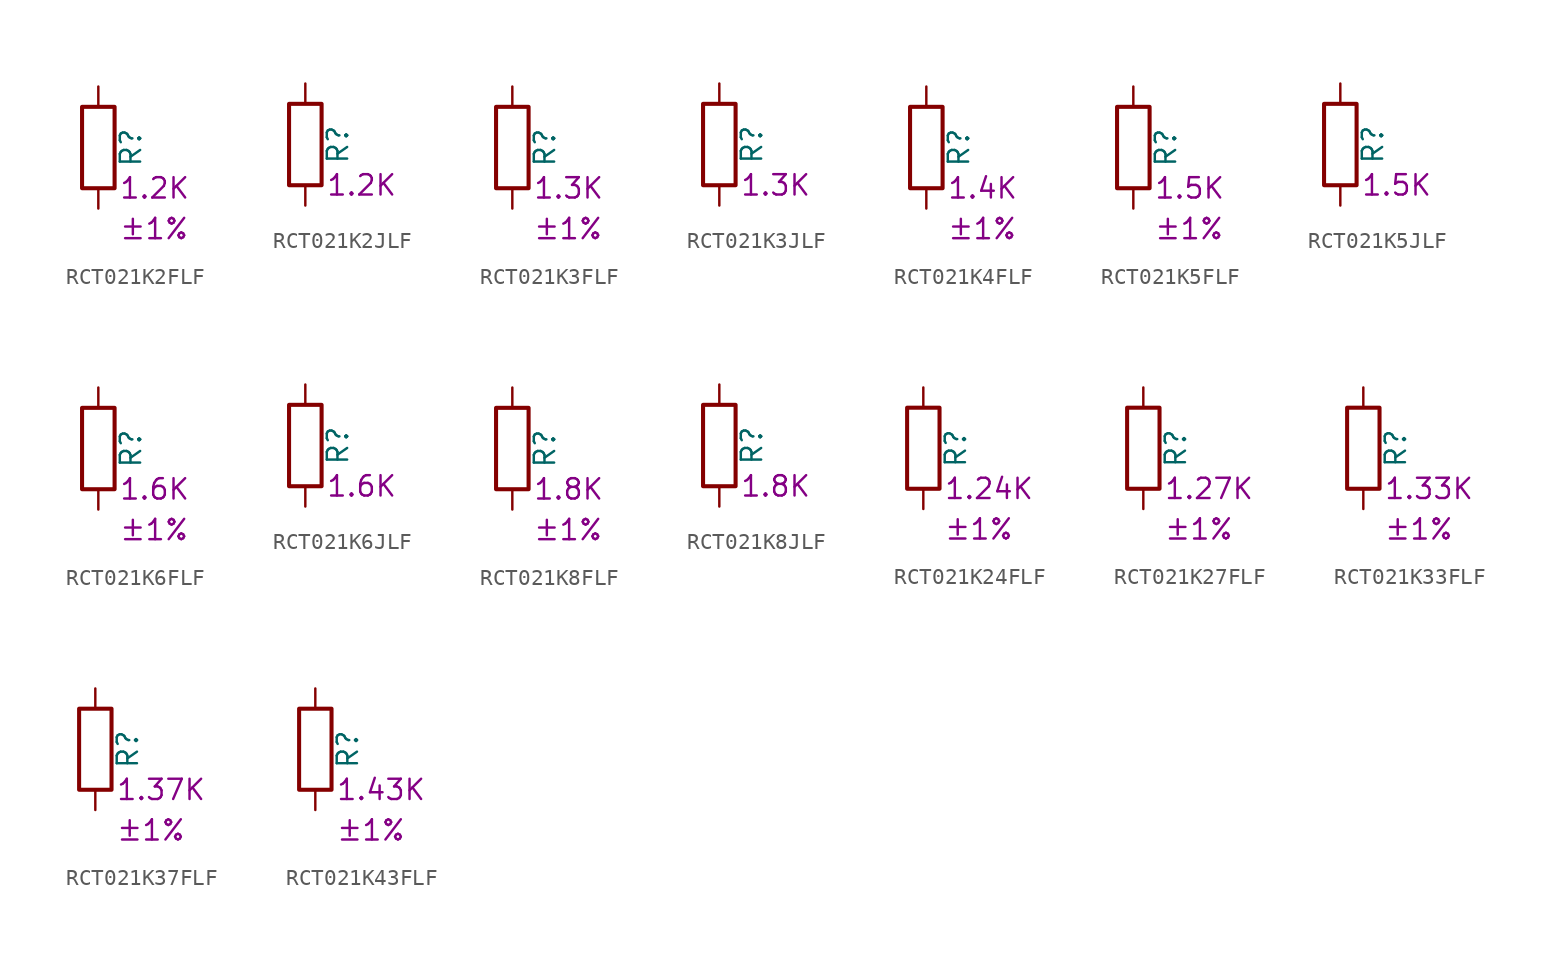
<source format=kicad_sym>
(kicad_symbol_lib
  (version 20220914)
  (generator kicad_symbol_editor)
  (symbol "RCT021K2FLF"
    (pin_numbers hide)
    (pin_names
      (offset 0))
    (property "Reference" "R"
      (at 2.032 0 90)
      (effects (font (size 1.27 1.27))))
    (property "Resistance" "1.2K"
      (at 1.27 -2.54 0)
      (effects (font (size 1.27 1.27)) (justify left)))
    (property "Tolerance" "±1%"
      (at 1.27 -5.08 0)
      (effects (font (size 1.27 1.27)) (justify left)))
    (symbol "RCT021K2FLF_0_1"
      (rectangle (start -1.016 -2.54) (end 1.016 2.54) (stroke (width 0.254) (type default)) (fill (type none))))
    (symbol "RCT021K2FLF_1_1"
      (pin passive line (at 0 3.81 270) (length 1.27) (name "~" (effects (font (size 1.27 1.27)))) (number "1" (effects (font (size 1.27 1.27)))))
      (pin passive line (at 0 -3.81 90) (length 1.27) (name "~" (effects (font (size 1.27 1.27)))) (number "2" (effects (font (size 1.27 1.27)))))))
  (symbol "RCT021K2JLF"
    (pin_numbers hide)
    (pin_names
      (offset 0))
    (property "Reference" "R"
      (at 2.032 0 90)
      (effects (font (size 1.27 1.27))))
    (property "Resistance" "1.2K"
      (at 1.27 -2.54 0)
      (effects (font (size 1.27 1.27)) (justify left)))
    (symbol "RCT021K2JLF_0_1"
      (rectangle (start -1.016 -2.54) (end 1.016 2.54) (stroke (width 0.254) (type default)) (fill (type none))))
    (symbol "RCT021K2JLF_1_1"
      (pin passive line (at 0 3.81 270) (length 1.27) (name "~" (effects (font (size 1.27 1.27)))) (number "1" (effects (font (size 1.27 1.27)))))
      (pin passive line (at 0 -3.81 90) (length 1.27) (name "~" (effects (font (size 1.27 1.27)))) (number "2" (effects (font (size 1.27 1.27)))))))
  (symbol "RCT021K3FLF"
    (pin_numbers hide)
    (pin_names
      (offset 0))
    (property "Reference" "R"
      (at 2.032 0 90)
      (effects (font (size 1.27 1.27))))
    (property "Resistance" "1.3K"
      (at 1.27 -2.54 0)
      (effects (font (size 1.27 1.27)) (justify left)))
    (property "Tolerance" "±1%"
      (at 1.27 -5.08 0)
      (effects (font (size 1.27 1.27)) (justify left)))
    (symbol "RCT021K3FLF_0_1"
      (rectangle (start -1.016 -2.54) (end 1.016 2.54) (stroke (width 0.254) (type default)) (fill (type none))))
    (symbol "RCT021K3FLF_1_1"
      (pin passive line (at 0 3.81 270) (length 1.27) (name "~" (effects (font (size 1.27 1.27)))) (number "1" (effects (font (size 1.27 1.27)))))
      (pin passive line (at 0 -3.81 90) (length 1.27) (name "~" (effects (font (size 1.27 1.27)))) (number "2" (effects (font (size 1.27 1.27)))))))
  (symbol "RCT021K3JLF"
    (pin_numbers hide)
    (pin_names
      (offset 0))
    (property "Reference" "R"
      (at 2.032 0 90)
      (effects (font (size 1.27 1.27))))
    (property "Resistance" "1.3K"
      (at 1.27 -2.54 0)
      (effects (font (size 1.27 1.27)) (justify left)))
    (symbol "RCT021K3JLF_0_1"
      (rectangle (start -1.016 -2.54) (end 1.016 2.54) (stroke (width 0.254) (type default)) (fill (type none))))
    (symbol "RCT021K3JLF_1_1"
      (pin passive line (at 0 3.81 270) (length 1.27) (name "~" (effects (font (size 1.27 1.27)))) (number "1" (effects (font (size 1.27 1.27)))))
      (pin passive line (at 0 -3.81 90) (length 1.27) (name "~" (effects (font (size 1.27 1.27)))) (number "2" (effects (font (size 1.27 1.27)))))))
  (symbol "RCT021K4FLF"
    (pin_numbers hide)
    (pin_names
      (offset 0))
    (property "Reference" "R"
      (at 2.032 0 90)
      (effects (font (size 1.27 1.27))))
    (property "Resistance" "1.4K"
      (at 1.27 -2.54 0)
      (effects (font (size 1.27 1.27)) (justify left)))
    (property "Tolerance" "±1%"
      (at 1.27 -5.08 0)
      (effects (font (size 1.27 1.27)) (justify left)))
    (symbol "RCT021K4FLF_0_1"
      (rectangle (start -1.016 -2.54) (end 1.016 2.54) (stroke (width 0.254) (type default)) (fill (type none))))
    (symbol "RCT021K4FLF_1_1"
      (pin passive line (at 0 3.81 270) (length 1.27) (name "~" (effects (font (size 1.27 1.27)))) (number "1" (effects (font (size 1.27 1.27)))))
      (pin passive line (at 0 -3.81 90) (length 1.27) (name "~" (effects (font (size 1.27 1.27)))) (number "2" (effects (font (size 1.27 1.27)))))))
  (symbol "RCT021K5FLF"
    (pin_numbers hide)
    (pin_names
      (offset 0))
    (property "Reference" "R"
      (at 2.032 0 90)
      (effects (font (size 1.27 1.27))))
    (property "Resistance" "1.5K"
      (at 1.27 -2.54 0)
      (effects (font (size 1.27 1.27)) (justify left)))
    (property "Tolerance" "±1%"
      (at 1.27 -5.08 0)
      (effects (font (size 1.27 1.27)) (justify left)))
    (symbol "RCT021K5FLF_0_1"
      (rectangle (start -1.016 -2.54) (end 1.016 2.54) (stroke (width 0.254) (type default)) (fill (type none))))
    (symbol "RCT021K5FLF_1_1"
      (pin passive line (at 0 3.81 270) (length 1.27) (name "~" (effects (font (size 1.27 1.27)))) (number "1" (effects (font (size 1.27 1.27)))))
      (pin passive line (at 0 -3.81 90) (length 1.27) (name "~" (effects (font (size 1.27 1.27)))) (number "2" (effects (font (size 1.27 1.27)))))))
  (symbol "RCT021K5JLF"
    (pin_numbers hide)
    (pin_names
      (offset 0))
    (property "Reference" "R"
      (at 2.032 0 90)
      (effects (font (size 1.27 1.27))))
    (property "Resistance" "1.5K"
      (at 1.27 -2.54 0)
      (effects (font (size 1.27 1.27)) (justify left)))
    (symbol "RCT021K5JLF_0_1"
      (rectangle (start -1.016 -2.54) (end 1.016 2.54) (stroke (width 0.254) (type default)) (fill (type none))))
    (symbol "RCT021K5JLF_1_1"
      (pin passive line (at 0 3.81 270) (length 1.27) (name "~" (effects (font (size 1.27 1.27)))) (number "1" (effects (font (size 1.27 1.27)))))
      (pin passive line (at 0 -3.81 90) (length 1.27) (name "~" (effects (font (size 1.27 1.27)))) (number "2" (effects (font (size 1.27 1.27)))))))
  (symbol "RCT021K6FLF"
    (pin_numbers hide)
    (pin_names
      (offset 0))
    (property "Reference" "R"
      (at 2.032 0 90)
      (effects (font (size 1.27 1.27))))
    (property "Resistance" "1.6K"
      (at 1.27 -2.54 0)
      (effects (font (size 1.27 1.27)) (justify left)))
    (property "Tolerance" "±1%"
      (at 1.27 -5.08 0)
      (effects (font (size 1.27 1.27)) (justify left)))
    (symbol "RCT021K6FLF_0_1"
      (rectangle (start -1.016 -2.54) (end 1.016 2.54) (stroke (width 0.254) (type default)) (fill (type none))))
    (symbol "RCT021K6FLF_1_1"
      (pin passive line (at 0 3.81 270) (length 1.27) (name "~" (effects (font (size 1.27 1.27)))) (number "1" (effects (font (size 1.27 1.27)))))
      (pin passive line (at 0 -3.81 90) (length 1.27) (name "~" (effects (font (size 1.27 1.27)))) (number "2" (effects (font (size 1.27 1.27)))))))
  (symbol "RCT021K6JLF"
    (pin_numbers hide)
    (pin_names
      (offset 0))
    (property "Reference" "R"
      (at 2.032 0 90)
      (effects (font (size 1.27 1.27))))
    (property "Resistance" "1.6K"
      (at 1.27 -2.54 0)
      (effects (font (size 1.27 1.27)) (justify left)))
    (symbol "RCT021K6JLF_0_1"
      (rectangle (start -1.016 -2.54) (end 1.016 2.54) (stroke (width 0.254) (type default)) (fill (type none))))
    (symbol "RCT021K6JLF_1_1"
      (pin passive line (at 0 3.81 270) (length 1.27) (name "~" (effects (font (size 1.27 1.27)))) (number "1" (effects (font (size 1.27 1.27)))))
      (pin passive line (at 0 -3.81 90) (length 1.27) (name "~" (effects (font (size 1.27 1.27)))) (number "2" (effects (font (size 1.27 1.27)))))))
  (symbol "RCT021K8FLF"
    (pin_numbers hide)
    (pin_names
      (offset 0))
    (property "Reference" "R"
      (at 2.032 0 90)
      (effects (font (size 1.27 1.27))))
    (property "Resistance" "1.8K"
      (at 1.27 -2.54 0)
      (effects (font (size 1.27 1.27)) (justify left)))
    (property "Tolerance" "±1%"
      (at 1.27 -5.08 0)
      (effects (font (size 1.27 1.27)) (justify left)))
    (symbol "RCT021K8FLF_0_1"
      (rectangle (start -1.016 -2.54) (end 1.016 2.54) (stroke (width 0.254) (type default)) (fill (type none))))
    (symbol "RCT021K8FLF_1_1"
      (pin passive line (at 0 3.81 270) (length 1.27) (name "~" (effects (font (size 1.27 1.27)))) (number "1" (effects (font (size 1.27 1.27)))))
      (pin passive line (at 0 -3.81 90) (length 1.27) (name "~" (effects (font (size 1.27 1.27)))) (number "2" (effects (font (size 1.27 1.27)))))))
  (symbol "RCT021K8JLF"
    (pin_numbers hide)
    (pin_names
      (offset 0))
    (property "Reference" "R"
      (at 2.032 0 90)
      (effects (font (size 1.27 1.27))))
    (property "Resistance" "1.8K"
      (at 1.27 -2.54 0)
      (effects (font (size 1.27 1.27)) (justify left)))
    (symbol "RCT021K8JLF_0_1"
      (rectangle (start -1.016 -2.54) (end 1.016 2.54) (stroke (width 0.254) (type default)) (fill (type none))))
    (symbol "RCT021K8JLF_1_1"
      (pin passive line (at 0 3.81 270) (length 1.27) (name "~" (effects (font (size 1.27 1.27)))) (number "1" (effects (font (size 1.27 1.27)))))
      (pin passive line (at 0 -3.81 90) (length 1.27) (name "~" (effects (font (size 1.27 1.27)))) (number "2" (effects (font (size 1.27 1.27)))))))
  (symbol "RCT021K24FLF"
    (pin_numbers hide)
    (pin_names
      (offset 0))
    (property "Reference" "R"
      (at 2.032 0 90)
      (effects (font (size 1.27 1.27))))
    (property "Resistance" "1.24K"
      (at 1.27 -2.54 0)
      (effects (font (size 1.27 1.27)) (justify left)))
    (property "Tolerance" "±1%"
      (at 1.27 -5.08 0)
      (effects (font (size 1.27 1.27)) (justify left)))
    (symbol "RCT021K24FLF_0_1"
      (rectangle (start -1.016 -2.54) (end 1.016 2.54) (stroke (width 0.254) (type default)) (fill (type none))))
    (symbol "RCT021K24FLF_1_1"
      (pin passive line (at 0 3.81 270) (length 1.27) (name "~" (effects (font (size 1.27 1.27)))) (number "1" (effects (font (size 1.27 1.27)))))
      (pin passive line (at 0 -3.81 90) (length 1.27) (name "~" (effects (font (size 1.27 1.27)))) (number "2" (effects (font (size 1.27 1.27)))))))
  (symbol "RCT021K27FLF"
    (pin_numbers hide)
    (pin_names
      (offset 0))
    (property "Reference" "R"
      (at 2.032 0 90)
      (effects (font (size 1.27 1.27))))
    (property "Resistance" "1.27K"
      (at 1.27 -2.54 0)
      (effects (font (size 1.27 1.27)) (justify left)))
    (property "Tolerance" "±1%"
      (at 1.27 -5.08 0)
      (effects (font (size 1.27 1.27)) (justify left)))
    (symbol "RCT021K27FLF_0_1"
      (rectangle (start -1.016 -2.54) (end 1.016 2.54) (stroke (width 0.254) (type default)) (fill (type none))))
    (symbol "RCT021K27FLF_1_1"
      (pin passive line (at 0 3.81 270) (length 1.27) (name "~" (effects (font (size 1.27 1.27)))) (number "1" (effects (font (size 1.27 1.27)))))
      (pin passive line (at 0 -3.81 90) (length 1.27) (name "~" (effects (font (size 1.27 1.27)))) (number "2" (effects (font (size 1.27 1.27)))))))
  (symbol "RCT021K33FLF"
    (pin_numbers hide)
    (pin_names
      (offset 0))
    (property "Reference" "R"
      (at 2.032 0 90)
      (effects (font (size 1.27 1.27))))
    (property "Resistance" "1.33K"
      (at 1.27 -2.54 0)
      (effects (font (size 1.27 1.27)) (justify left)))
    (property "Tolerance" "±1%"
      (at 1.27 -5.08 0)
      (effects (font (size 1.27 1.27)) (justify left)))
    (symbol "RCT021K33FLF_0_1"
      (rectangle (start -1.016 -2.54) (end 1.016 2.54) (stroke (width 0.254) (type default)) (fill (type none))))
    (symbol "RCT021K33FLF_1_1"
      (pin passive line (at 0 3.81 270) (length 1.27) (name "~" (effects (font (size 1.27 1.27)))) (number "1" (effects (font (size 1.27 1.27)))))
      (pin passive line (at 0 -3.81 90) (length 1.27) (name "~" (effects (font (size 1.27 1.27)))) (number "2" (effects (font (size 1.27 1.27)))))))
  (symbol "RCT021K37FLF"
    (pin_numbers hide)
    (pin_names
      (offset 0))
    (property "Reference" "R"
      (at 2.032 0 90)
      (effects (font (size 1.27 1.27))))
    (property "Resistance" "1.37K"
      (at 1.27 -2.54 0)
      (effects (font (size 1.27 1.27)) (justify left)))
    (property "Tolerance" "±1%"
      (at 1.27 -5.08 0)
      (effects (font (size 1.27 1.27)) (justify left)))
    (symbol "RCT021K37FLF_0_1"
      (rectangle (start -1.016 -2.54) (end 1.016 2.54) (stroke (width 0.254) (type default)) (fill (type none))))
    (symbol "RCT021K37FLF_1_1"
      (pin passive line (at 0 3.81 270) (length 1.27) (name "~" (effects (font (size 1.27 1.27)))) (number "1" (effects (font (size 1.27 1.27)))))
      (pin passive line (at 0 -3.81 90) (length 1.27) (name "~" (effects (font (size 1.27 1.27)))) (number "2" (effects (font (size 1.27 1.27)))))))
  (symbol "RCT021K43FLF"
    (pin_numbers hide)
    (pin_names
      (offset 0))
    (property "Reference" "R"
      (at 2.032 0 90)
      (effects (font (size 1.27 1.27))))
    (property "Resistance" "1.43K"
      (at 1.27 -2.54 0)
      (effects (font (size 1.27 1.27)) (justify left)))
    (property "Tolerance" "±1%"
      (at 1.27 -5.08 0)
      (effects (font (size 1.27 1.27)) (justify left)))
    (symbol "RCT021K43FLF_0_1"
      (rectangle (start -1.016 -2.54) (end 1.016 2.54) (stroke (width 0.254) (type default)) (fill (type none))))
    (symbol "RCT021K43FLF_1_1"
      (pin passive line (at 0 3.81 270) (length 1.27) (name "~" (effects (font (size 1.27 1.27)))) (number "1" (effects (font (size 1.27 1.27)))))
      (pin passive line (at 0 -3.81 90) (length 1.27) (name "~" (effects (font (size 1.27 1.27)))) (number "2" (effects (font (size 1.27 1.27))))))))
</source>
